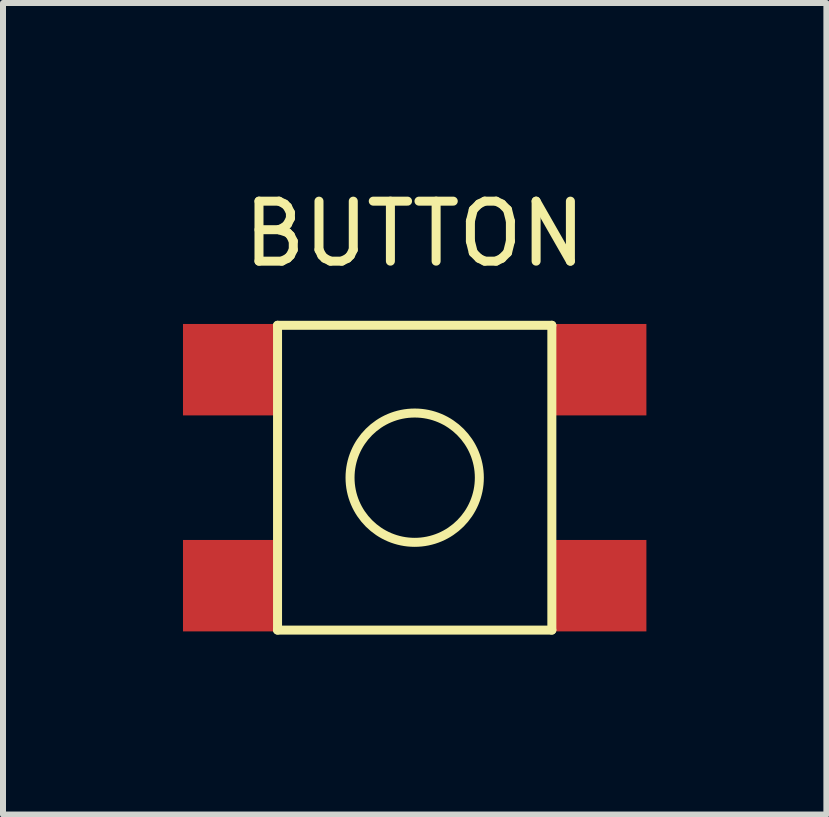
<source format=kicad_pcb>
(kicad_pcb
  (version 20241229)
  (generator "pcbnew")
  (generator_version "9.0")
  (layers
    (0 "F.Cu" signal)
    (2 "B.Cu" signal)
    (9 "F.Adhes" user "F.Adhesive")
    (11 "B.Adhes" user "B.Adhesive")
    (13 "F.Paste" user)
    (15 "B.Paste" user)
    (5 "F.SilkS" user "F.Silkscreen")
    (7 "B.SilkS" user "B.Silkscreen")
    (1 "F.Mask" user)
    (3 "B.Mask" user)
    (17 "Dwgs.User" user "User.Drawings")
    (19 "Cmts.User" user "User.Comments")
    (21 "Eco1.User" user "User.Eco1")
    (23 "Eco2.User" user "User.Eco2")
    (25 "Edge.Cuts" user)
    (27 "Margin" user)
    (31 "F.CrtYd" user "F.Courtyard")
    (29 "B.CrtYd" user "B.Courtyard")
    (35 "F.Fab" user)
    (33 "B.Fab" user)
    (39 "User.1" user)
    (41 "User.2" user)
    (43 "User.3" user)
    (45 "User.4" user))
  (footprint "BUTTON"
    (layer "F.Cu")
    (at 3.862 4.912)
    (property "Reference" "BUTTON" (at 0 -4.064 0) (layer "F.SilkS") (effects (font (size 1 1) (thickness 0.15))))
    (attr through_hole)
    (fp_line (start -2.286 -2.54) (end -2.286 2.54) (stroke (width 0.15) (type solid)) (layer "F.SilkS"))
    (fp_line (start -2.286 2.54) (end 2.286 2.54) (stroke (width 0.15) (type solid)) (layer "F.SilkS"))
    (fp_line (start 2.286 -2.54) (end -2.286 -2.54) (stroke (width 0.15) (type solid)) (layer "F.SilkS"))
    (fp_line (start 2.286 2.54) (end 2.286 -2.54) (stroke (width 0.15) (type solid)) (layer "F.SilkS"))
    (fp_circle (center 0 0) (end 0.762 0.762) (stroke (width 0.15) (type solid)) (fill no) (layer "F.SilkS"))
    (pad "1" connect rect (at 3.1 -1.8) (size 1.524 1.524) (layers "F.Cu" "F.Mask"))
    (pad "2" connect rect (at -3.1 -1.8) (size 1.524 1.524) (layers "F.Cu" "F.Mask"))
    (pad "3" connect rect (at 3.1 1.8) (size 1.524 1.524) (layers "F.Cu" "F.Mask"))
    (pad "4" connect rect (at -3.1 1.8) (size 1.524 1.524) (layers "F.Cu" "F.Mask")))
  (gr_rect
    (start -3 -3)
    (end 10.724 10.527)
    (stroke (width 0.1) (type default))
    (fill no)
    (layer "Edge.Cuts")))
</source>
